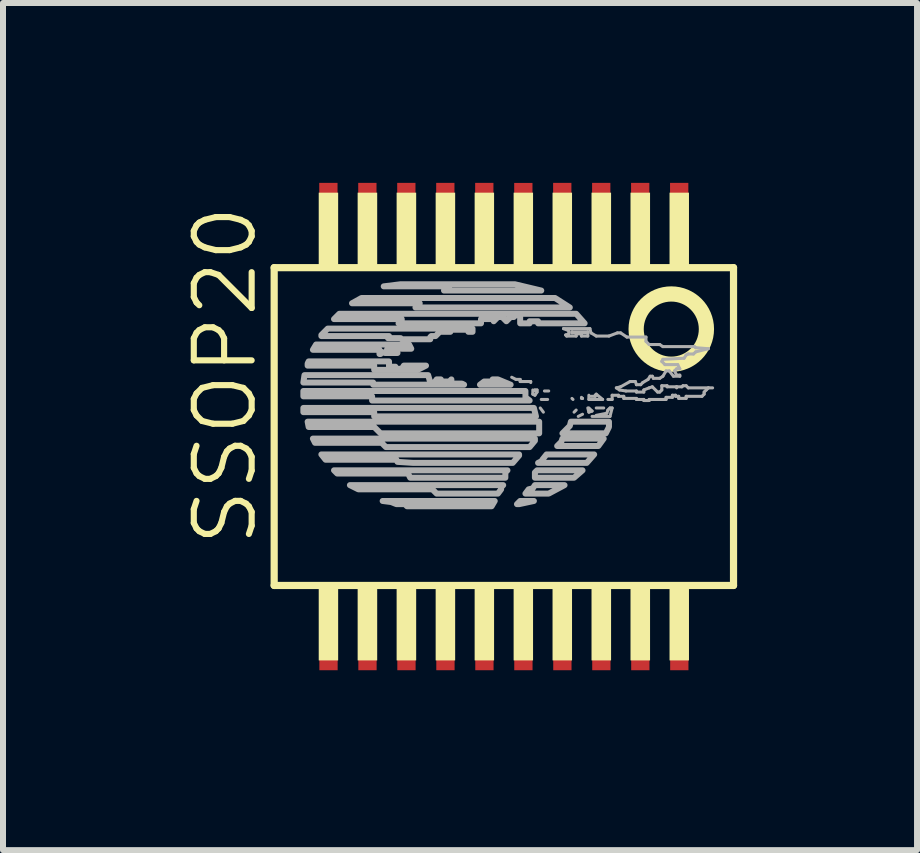
<source format=kicad_pcb>
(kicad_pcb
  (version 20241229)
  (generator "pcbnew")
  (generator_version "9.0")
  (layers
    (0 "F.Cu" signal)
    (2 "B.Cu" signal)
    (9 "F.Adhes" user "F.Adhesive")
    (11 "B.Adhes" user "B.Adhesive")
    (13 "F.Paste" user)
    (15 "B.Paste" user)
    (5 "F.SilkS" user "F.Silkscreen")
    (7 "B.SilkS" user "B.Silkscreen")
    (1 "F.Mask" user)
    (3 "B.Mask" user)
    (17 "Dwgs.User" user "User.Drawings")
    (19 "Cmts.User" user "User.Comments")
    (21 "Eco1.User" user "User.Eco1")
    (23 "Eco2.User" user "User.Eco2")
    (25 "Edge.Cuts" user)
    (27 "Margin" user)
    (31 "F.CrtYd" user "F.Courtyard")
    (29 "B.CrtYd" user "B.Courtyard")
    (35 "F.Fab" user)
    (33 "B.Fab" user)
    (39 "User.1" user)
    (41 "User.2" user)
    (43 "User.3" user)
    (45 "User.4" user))
  (footprint "SSOP20"
    (layer "F.Cu")
    (at 5.352 4.063)
    (property "Reference" "SSOP20" (at -4.082 2.042 90) (layer "F.SilkS") (effects (font (size 0.965 0.965) (thickness 0.102)) (justify left bottom)))
    (attr through_hole)
    (fp_line (start -3.83 -2.65) (end -3.83 2.65) (stroke (width 0.12) (type solid)) (layer "F.SilkS"))
    (fp_line (start -3.83 -2.65) (end 3.83 -2.65) (stroke (width 0.12) (type solid)) (layer "F.SilkS"))
    (fp_line (start -3.83 2.65) (end 3.83 2.65) (stroke (width 0.12) (type solid)) (layer "F.SilkS"))
    (fp_line (start 3.83 2.65) (end 3.83 -2.65) (stroke (width 0.12) (type solid)) (layer "F.SilkS"))
    (fp_circle (center 2.792 -1.625) (end 3.378 -1.625) (stroke (width 0.254) (type solid)) (fill no) (layer "F.SilkS"))
    (fp_poly (pts (xy -3.087 -2.6) (xy -2.763 -2.6) (xy -2.763 -3.9) (xy -3.087 -3.9)) (stroke (width 0) (type solid)) (fill yes) (layer "F.SilkS"))
    (fp_poly (pts (xy -3.087 3.9) (xy -2.763 3.9) (xy -2.763 2.6) (xy -3.087 2.6)) (stroke (width 0) (type solid)) (fill yes) (layer "F.SilkS"))
    (fp_poly (pts (xy -2.438 -2.6) (xy -2.112 -2.6) (xy -2.112 -3.9) (xy -2.438 -3.9)) (stroke (width 0) (type solid)) (fill yes) (layer "F.SilkS"))
    (fp_poly (pts (xy -2.438 3.9) (xy -2.112 3.9) (xy -2.112 2.6) (xy -2.438 2.6)) (stroke (width 0) (type solid)) (fill yes) (layer "F.SilkS"))
    (fp_poly (pts (xy -1.788 -2.6) (xy -1.462 -2.6) (xy -1.462 -3.9) (xy -1.788 -3.9)) (stroke (width 0) (type solid)) (fill yes) (layer "F.SilkS"))
    (fp_poly (pts (xy -1.788 3.9) (xy -1.462 3.9) (xy -1.462 2.6) (xy -1.788 2.6)) (stroke (width 0) (type solid)) (fill yes) (layer "F.SilkS"))
    (fp_poly (pts (xy -1.137 -2.6) (xy -0.812 -2.6) (xy -0.812 -3.9) (xy -1.137 -3.9)) (stroke (width 0) (type solid)) (fill yes) (layer "F.SilkS"))
    (fp_poly (pts (xy -1.137 3.9) (xy -0.812 3.9) (xy -0.812 2.6) (xy -1.137 2.6)) (stroke (width 0) (type solid)) (fill yes) (layer "F.SilkS"))
    (fp_poly (pts (xy -0.487 -2.6) (xy -0.163 -2.6) (xy -0.163 -3.9) (xy -0.487 -3.9)) (stroke (width 0) (type solid)) (fill yes) (layer "F.SilkS"))
    (fp_poly (pts (xy -0.487 3.9) (xy -0.163 3.9) (xy -0.163 2.6) (xy -0.487 2.6)) (stroke (width 0) (type solid)) (fill yes) (layer "F.SilkS"))
    (fp_poly (pts (xy 0.163 -2.6) (xy 0.487 -2.6) (xy 0.487 -3.9) (xy 0.163 -3.9)) (stroke (width 0) (type solid)) (fill yes) (layer "F.SilkS"))
    (fp_poly (pts (xy 0.163 3.9) (xy 0.487 3.9) (xy 0.487 2.6) (xy 0.163 2.6)) (stroke (width 0) (type solid)) (fill yes) (layer "F.SilkS"))
    (fp_poly (pts (xy 0.812 -2.6) (xy 1.137 -2.6) (xy 1.137 -3.9) (xy 0.812 -3.9)) (stroke (width 0) (type solid)) (fill yes) (layer "F.SilkS"))
    (fp_poly (pts (xy 0.812 3.9) (xy 1.137 3.9) (xy 1.137 2.6) (xy 0.812 2.6)) (stroke (width 0) (type solid)) (fill yes) (layer "F.SilkS"))
    (fp_poly (pts (xy 1.462 -2.6) (xy 1.788 -2.6) (xy 1.788 -3.9) (xy 1.462 -3.9)) (stroke (width 0) (type solid)) (fill yes) (layer "F.SilkS"))
    (fp_poly (pts (xy 1.462 3.9) (xy 1.788 3.9) (xy 1.788 2.6) (xy 1.462 2.6)) (stroke (width 0) (type solid)) (fill yes) (layer "F.SilkS"))
    (fp_poly (pts (xy 2.112 -2.6) (xy 2.438 -2.6) (xy 2.438 -3.9) (xy 2.112 -3.9)) (stroke (width 0) (type solid)) (fill yes) (layer "F.SilkS"))
    (fp_poly (pts (xy 2.112 3.9) (xy 2.438 3.9) (xy 2.438 2.6) (xy 2.112 2.6)) (stroke (width 0) (type solid)) (fill yes) (layer "F.SilkS"))
    (fp_poly (pts (xy 2.763 -2.6) (xy 3.087 -2.6) (xy 3.087 -3.9) (xy 2.763 -3.9)) (stroke (width 0) (type solid)) (fill yes) (layer "F.SilkS"))
    (fp_poly (pts (xy 2.763 3.9) (xy 3.087 3.9) (xy 3.087 2.6) (xy 2.763 2.6)) (stroke (width 0) (type solid)) (fill yes) (layer "F.SilkS"))
    (fp_line (start 0.201 -0.786) (end 0.131 -0.822) (stroke (width 0.051) (type solid)) (layer "F.Fab"))
    (fp_line (start 0.272 -0.786) (end 0.201 -0.786) (stroke (width 0.051) (type solid)) (layer "F.Fab"))
    (fp_line (start 0.272 -0.751) (end 0.272 -0.786) (stroke (width 0.051) (type solid)) (layer "F.Fab"))
    (fp_line (start 0.448 -0.751) (end 0.272 -0.751) (stroke (width 0.051) (type solid)) (layer "F.Fab"))
    (fp_line (start 0.448 -0.734) (end 0.448 -0.751) (stroke (width 0.051) (type solid)) (layer "F.Fab"))
    (fp_line (start 0.483 -0.61) (end 0.483 -0.54) (stroke (width 0.051) (type solid)) (layer "F.Fab"))
    (fp_line (start 0.483 -0.54) (end 0.518 -0.522) (stroke (width 0.051) (type solid)) (layer "F.Fab"))
    (fp_line (start 0.518 -0.61) (end 0.518 -0.593) (stroke (width 0.051) (type solid)) (layer "F.Fab"))
    (fp_line (start 0.518 -0.522) (end 0.554 -0.575) (stroke (width 0.051) (type solid)) (layer "F.Fab"))
    (fp_line (start 0.554 -0.61) (end 0.518 -0.61) (stroke (width 0.051) (type solid)) (layer "F.Fab"))
    (fp_line (start 0.554 -0.575) (end 0.554 -0.61) (stroke (width 0.051) (type solid)) (layer "F.Fab"))
    (fp_line (start 0.607 -0.31) (end 0.659 -0.24) (stroke (width 0.051) (type solid)) (layer "F.Fab"))
    (fp_line (start 0.624 -0.452) (end 0.73 -0.452) (stroke (width 0.051) (type solid)) (layer "F.Fab"))
    (fp_line (start 0.677 -0.593) (end 0.748 -0.593) (stroke (width 0.051) (type solid)) (layer "F.Fab"))
    (fp_line (start 0.995 -1.633) (end 1.083 -1.598) (stroke (width 0.051) (type solid)) (layer "F.Fab"))
    (fp_line (start 1.03 -1.527) (end 1.047 -1.509) (stroke (width 0.051) (type solid)) (layer "F.Fab"))
    (fp_line (start 1.047 -1.509) (end 1.206 -1.509) (stroke (width 0.051) (type solid)) (layer "F.Fab"))
    (fp_line (start 1.083 -1.598) (end 1.083 -1.545) (stroke (width 0.051) (type solid)) (layer "F.Fab"))
    (fp_line (start 1.083 -1.545) (end 1.03 -1.527) (stroke (width 0.051) (type solid)) (layer "F.Fab"))
    (fp_line (start 1.136 -1.58) (end 1.136 -1.562) (stroke (width 0.051) (type solid)) (layer "F.Fab"))
    (fp_line (start 1.136 -1.562) (end 1.365 -1.562) (stroke (width 0.051) (type solid)) (layer "F.Fab"))
    (fp_line (start 1.136 -0.469) (end 1.153 -0.452) (stroke (width 0.051) (type solid)) (layer "F.Fab"))
    (fp_line (start 1.206 -1.545) (end 1.294 -1.545) (stroke (width 0.051) (type solid)) (layer "F.Fab"))
    (fp_line (start 1.206 -1.509) (end 1.206 -1.545) (stroke (width 0.051) (type solid)) (layer "F.Fab"))
    (fp_line (start 1.206 -0.275) (end 1.171 -0.24) (stroke (width 0.051) (type solid)) (layer "F.Fab"))
    (fp_line (start 1.241 -0.169) (end 1.312 -0.205) (stroke (width 0.051) (type solid)) (layer "F.Fab"))
    (fp_line (start 1.294 -1.545) (end 1.294 -1.509) (stroke (width 0.051) (type solid)) (layer "F.Fab"))
    (fp_line (start 1.294 -1.509) (end 1.4 -1.509) (stroke (width 0.051) (type solid)) (layer "F.Fab"))
    (fp_line (start 1.294 -0.487) (end 1.312 -0.469) (stroke (width 0.051) (type solid)) (layer "F.Fab"))
    (fp_line (start 1.312 -0.469) (end 1.294 -0.469) (stroke (width 0.051) (type solid)) (layer "F.Fab"))
    (fp_line (start 1.4 -1.58) (end 1.136 -1.58) (stroke (width 0.051) (type solid)) (layer "F.Fab"))
    (fp_line (start 1.4 -1.509) (end 1.4 -1.58) (stroke (width 0.051) (type solid)) (layer "F.Fab"))
    (fp_line (start 1.4 -0.31) (end 1.418 -0.24) (stroke (width 0.051) (type solid)) (layer "F.Fab"))
    (fp_line (start 1.418 -0.522) (end 1.418 -0.452) (stroke (width 0.051) (type solid)) (layer "F.Fab"))
    (fp_line (start 1.418 -0.452) (end 1.647 -0.452) (stroke (width 0.051) (type solid)) (layer "F.Fab"))
    (fp_line (start 1.418 -0.24) (end 1.471 -0.258) (stroke (width 0.051) (type solid)) (layer "F.Fab"))
    (fp_line (start 1.435 -1.633) (end 0.995 -1.633) (stroke (width 0.051) (type solid)) (layer "F.Fab"))
    (fp_line (start 1.453 -1.562) (end 1.435 -1.633) (stroke (width 0.051) (type solid)) (layer "F.Fab"))
    (fp_line (start 1.471 -0.258) (end 1.418 -0.31) (stroke (width 0.051) (type solid)) (layer "F.Fab"))
    (fp_line (start 1.471 -0.169) (end 1.77 -0.169) (stroke (width 0.051) (type solid)) (layer "F.Fab"))
    (fp_line (start 1.524 -0.522) (end 1.524 -0.504) (stroke (width 0.051) (type solid)) (layer "F.Fab"))
    (fp_line (start 1.524 -0.504) (end 1.453 -0.504) (stroke (width 0.051) (type solid)) (layer "F.Fab"))
    (fp_line (start 1.541 -1.509) (end 1.453 -1.562) (stroke (width 0.051) (type solid)) (layer "F.Fab"))
    (fp_line (start 1.541 -0.54) (end 1.524 -0.522) (stroke (width 0.051) (type solid)) (layer "F.Fab"))
    (fp_line (start 1.541 -0.31) (end 1.665 -0.31) (stroke (width 0.051) (type solid)) (layer "F.Fab"))
    (fp_line (start 1.647 -0.452) (end 1.541 -0.54) (stroke (width 0.051) (type solid)) (layer "F.Fab"))
    (fp_line (start 1.717 -0.222) (end 1.541 -0.187) (stroke (width 0.051) (type solid)) (layer "F.Fab"))
    (fp_line (start 1.735 -0.452) (end 1.806 -0.452) (stroke (width 0.051) (type solid)) (layer "F.Fab"))
    (fp_line (start 1.735 -0.275) (end 1.717 -0.222) (stroke (width 0.051) (type solid)) (layer "F.Fab"))
    (fp_line (start 1.753 -1.509) (end 1.541 -1.509) (stroke (width 0.051) (type solid)) (layer "F.Fab"))
    (fp_line (start 1.77 -0.31) (end 1.735 -0.275) (stroke (width 0.051) (type solid)) (layer "F.Fab"))
    (fp_line (start 1.77 -0.169) (end 1.806 -0.31) (stroke (width 0.051) (type solid)) (layer "F.Fab"))
    (fp_line (start 1.806 -0.522) (end 1.911 -0.522) (stroke (width 0.051) (type solid)) (layer "F.Fab"))
    (fp_line (start 1.806 -0.452) (end 1.806 -0.522) (stroke (width 0.051) (type solid)) (layer "F.Fab"))
    (fp_line (start 1.806 -0.31) (end 1.77 -0.31) (stroke (width 0.051) (type solid)) (layer "F.Fab"))
    (fp_line (start 1.876 -0.645) (end 1.947 -0.663) (stroke (width 0.051) (type solid)) (layer "F.Fab"))
    (fp_line (start 1.894 -1.562) (end 1.753 -1.509) (stroke (width 0.051) (type solid)) (layer "F.Fab"))
    (fp_line (start 1.911 -0.522) (end 1.911 -0.504) (stroke (width 0.051) (type solid)) (layer "F.Fab"))
    (fp_line (start 1.911 -0.504) (end 2 -0.504) (stroke (width 0.051) (type solid)) (layer "F.Fab"))
    (fp_line (start 1.929 -0.61) (end 1.876 -0.645) (stroke (width 0.051) (type solid)) (layer "F.Fab"))
    (fp_line (start 1.947 -1.562) (end 1.894 -1.562) (stroke (width 0.051) (type solid)) (layer "F.Fab"))
    (fp_line (start 1.947 -0.663) (end 2.105 -0.751) (stroke (width 0.051) (type solid)) (layer "F.Fab"))
    (fp_line (start 2 -0.504) (end 2 -0.469) (stroke (width 0.051) (type solid)) (layer "F.Fab"))
    (fp_line (start 2 -0.469) (end 2.211 -0.469) (stroke (width 0.051) (type solid)) (layer "F.Fab"))
    (fp_line (start 2.035 -0.593) (end 1.929 -0.61) (stroke (width 0.051) (type solid)) (layer "F.Fab"))
    (fp_line (start 2.052 -1.492) (end 1.947 -1.562) (stroke (width 0.051) (type solid)) (layer "F.Fab"))
    (fp_line (start 2.105 -0.751) (end 2.193 -0.751) (stroke (width 0.051) (type solid)) (layer "F.Fab"))
    (fp_line (start 2.193 -0.751) (end 2.211 -0.698) (stroke (width 0.051) (type solid)) (layer "F.Fab"))
    (fp_line (start 2.211 -0.698) (end 2.282 -0.698) (stroke (width 0.051) (type solid)) (layer "F.Fab"))
    (fp_line (start 2.211 -0.593) (end 2.035 -0.593) (stroke (width 0.051) (type solid)) (layer "F.Fab"))
    (fp_line (start 2.211 -0.575) (end 2.211 -0.593) (stroke (width 0.051) (type solid)) (layer "F.Fab"))
    (fp_line (start 2.211 -0.469) (end 2.211 -0.452) (stroke (width 0.051) (type solid)) (layer "F.Fab"))
    (fp_line (start 2.211 -0.452) (end 2.334 -0.452) (stroke (width 0.051) (type solid)) (layer "F.Fab"))
    (fp_line (start 2.282 -0.698) (end 2.317 -0.734) (stroke (width 0.051) (type solid)) (layer "F.Fab"))
    (fp_line (start 2.317 -0.734) (end 2.405 -0.786) (stroke (width 0.051) (type solid)) (layer "F.Fab"))
    (fp_line (start 2.334 -0.61) (end 2.334 -0.575) (stroke (width 0.051) (type solid)) (layer "F.Fab"))
    (fp_line (start 2.334 -0.575) (end 2.211 -0.575) (stroke (width 0.051) (type solid)) (layer "F.Fab"))
    (fp_line (start 2.334 -0.452) (end 2.334 -0.434) (stroke (width 0.051) (type solid)) (layer "F.Fab"))
    (fp_line (start 2.334 -0.434) (end 2.423 -0.434) (stroke (width 0.051) (type solid)) (layer "F.Fab"))
    (fp_line (start 2.37 -1.492) (end 2.052 -1.492) (stroke (width 0.051) (type solid)) (layer "F.Fab"))
    (fp_line (start 2.37 -1.421) (end 2.37 -1.492) (stroke (width 0.051) (type solid)) (layer "F.Fab"))
    (fp_line (start 2.405 -0.786) (end 2.44 -0.839) (stroke (width 0.051) (type solid)) (layer "F.Fab"))
    (fp_line (start 2.423 -1.368) (end 2.37 -1.421) (stroke (width 0.051) (type solid)) (layer "F.Fab"))
    (fp_line (start 2.423 -0.645) (end 2.334 -0.61) (stroke (width 0.051) (type solid)) (layer "F.Fab"))
    (fp_line (start 2.423 -0.452) (end 2.705 -0.452) (stroke (width 0.051) (type solid)) (layer "F.Fab"))
    (fp_line (start 2.423 -0.434) (end 2.423 -0.452) (stroke (width 0.051) (type solid)) (layer "F.Fab"))
    (fp_line (start 2.44 -0.839) (end 2.476 -0.839) (stroke (width 0.051) (type solid)) (layer "F.Fab"))
    (fp_line (start 2.476 -0.839) (end 2.493 -0.804) (stroke (width 0.051) (type solid)) (layer "F.Fab"))
    (fp_line (start 2.476 -0.663) (end 2.423 -0.645) (stroke (width 0.051) (type solid)) (layer "F.Fab"))
    (fp_line (start 2.493 -0.804) (end 2.599 -0.804) (stroke (width 0.051) (type solid)) (layer "F.Fab"))
    (fp_line (start 2.564 -0.575) (end 2.476 -0.663) (stroke (width 0.051) (type solid)) (layer "F.Fab"))
    (fp_line (start 2.599 -1.368) (end 2.423 -1.368) (stroke (width 0.051) (type solid)) (layer "F.Fab"))
    (fp_line (start 2.599 -0.804) (end 2.652 -0.839) (stroke (width 0.051) (type solid)) (layer "F.Fab"))
    (fp_line (start 2.599 -0.575) (end 2.564 -0.575) (stroke (width 0.051) (type solid)) (layer "F.Fab"))
    (fp_line (start 2.634 -1.086) (end 2.652 -1.121) (stroke (width 0.051) (type solid)) (layer "F.Fab"))
    (fp_line (start 2.634 -0.681) (end 2.634 -0.61) (stroke (width 0.051) (type solid)) (layer "F.Fab"))
    (fp_line (start 2.634 -0.61) (end 2.599 -0.575) (stroke (width 0.051) (type solid)) (layer "F.Fab"))
    (fp_line (start 2.652 -1.333) (end 2.599 -1.368) (stroke (width 0.051) (type solid)) (layer "F.Fab"))
    (fp_line (start 2.652 -1.121) (end 3.005 -1.139) (stroke (width 0.051) (type solid)) (layer "F.Fab"))
    (fp_line (start 2.652 -0.839) (end 2.705 -0.928) (stroke (width 0.051) (type solid)) (layer "F.Fab"))
    (fp_line (start 2.687 -1.033) (end 2.634 -1.086) (stroke (width 0.051) (type solid)) (layer "F.Fab"))
    (fp_line (start 2.705 -0.928) (end 2.758 -0.928) (stroke (width 0.051) (type solid)) (layer "F.Fab"))
    (fp_line (start 2.705 -0.487) (end 2.811 -0.487) (stroke (width 0.051) (type solid)) (layer "F.Fab"))
    (fp_line (start 2.705 -0.452) (end 2.705 -0.487) (stroke (width 0.051) (type solid)) (layer "F.Fab"))
    (fp_line (start 2.722 -0.681) (end 2.634 -0.681) (stroke (width 0.051) (type solid)) (layer "F.Fab"))
    (fp_line (start 2.722 -0.663) (end 2.722 -0.681) (stroke (width 0.051) (type solid)) (layer "F.Fab"))
    (fp_line (start 2.758 -0.928) (end 2.828 -0.839) (stroke (width 0.051) (type solid)) (layer "F.Fab"))
    (fp_line (start 2.811 -0.522) (end 2.864 -0.522) (stroke (width 0.051) (type solid)) (layer "F.Fab"))
    (fp_line (start 2.811 -0.487) (end 2.811 -0.522) (stroke (width 0.051) (type solid)) (layer "F.Fab"))
    (fp_line (start 2.828 -0.839) (end 2.934 -0.839) (stroke (width 0.051) (type solid)) (layer "F.Fab"))
    (fp_line (start 2.846 -0.928) (end 2.881 -0.963) (stroke (width 0.051) (type solid)) (layer "F.Fab"))
    (fp_line (start 2.864 -0.522) (end 2.864 -0.504) (stroke (width 0.051) (type solid)) (layer "F.Fab"))
    (fp_line (start 2.864 -0.504) (end 2.916 -0.504) (stroke (width 0.051) (type solid)) (layer "F.Fab"))
    (fp_line (start 2.881 -0.963) (end 2.934 -0.963) (stroke (width 0.051) (type solid)) (layer "F.Fab"))
    (fp_line (start 2.881 -0.857) (end 2.846 -0.928) (stroke (width 0.051) (type solid)) (layer "F.Fab"))
    (fp_line (start 2.881 -0.663) (end 2.722 -0.663) (stroke (width 0.051) (type solid)) (layer "F.Fab"))
    (fp_line (start 2.881 -0.645) (end 2.881 -0.663) (stroke (width 0.051) (type solid)) (layer "F.Fab"))
    (fp_line (start 2.899 -1.033) (end 2.687 -1.033) (stroke (width 0.051) (type solid)) (layer "F.Fab"))
    (fp_line (start 2.916 -0.504) (end 2.916 -0.469) (stroke (width 0.051) (type solid)) (layer "F.Fab"))
    (fp_line (start 2.916 -0.469) (end 3.04 -0.469) (stroke (width 0.051) (type solid)) (layer "F.Fab"))
    (fp_line (start 2.934 -0.963) (end 2.899 -1.033) (stroke (width 0.051) (type solid)) (layer "F.Fab"))
    (fp_line (start 2.934 -0.857) (end 2.881 -0.857) (stroke (width 0.051) (type solid)) (layer "F.Fab"))
    (fp_line (start 2.934 -0.839) (end 2.934 -0.857) (stroke (width 0.051) (type solid)) (layer "F.Fab"))
    (fp_line (start 2.969 -0.663) (end 2.881 -0.663) (stroke (width 0.051) (type solid)) (layer "F.Fab"))
    (fp_line (start 2.987 -0.681) (end 2.969 -0.663) (stroke (width 0.051) (type solid)) (layer "F.Fab"))
    (fp_line (start 3.005 -1.139) (end 3.04 -1.192) (stroke (width 0.051) (type solid)) (layer "F.Fab"))
    (fp_line (start 3.04 -1.192) (end 3.075 -1.21) (stroke (width 0.051) (type solid)) (layer "F.Fab"))
    (fp_line (start 3.04 -0.681) (end 2.987 -0.681) (stroke (width 0.051) (type solid)) (layer "F.Fab"))
    (fp_line (start 3.04 -0.504) (end 3.304 -0.504) (stroke (width 0.051) (type solid)) (layer "F.Fab"))
    (fp_line (start 3.04 -0.469) (end 3.04 -0.504) (stroke (width 0.051) (type solid)) (layer "F.Fab"))
    (fp_line (start 3.075 -1.21) (end 3.163 -1.21) (stroke (width 0.051) (type solid)) (layer "F.Fab"))
    (fp_line (start 3.075 -0.645) (end 3.04 -0.681) (stroke (width 0.051) (type solid)) (layer "F.Fab"))
    (fp_line (start 3.163 -1.21) (end 3.199 -1.245) (stroke (width 0.051) (type solid)) (layer "F.Fab"))
    (fp_line (start 3.181 -1.333) (end 2.652 -1.333) (stroke (width 0.051) (type solid)) (layer "F.Fab"))
    (fp_line (start 3.199 -1.315) (end 3.181 -1.333) (stroke (width 0.051) (type solid)) (layer "F.Fab"))
    (fp_line (start 3.199 -1.245) (end 3.41 -1.298) (stroke (width 0.051) (type solid)) (layer "F.Fab"))
    (fp_line (start 3.304 -0.504) (end 3.34 -0.54) (stroke (width 0.051) (type solid)) (layer "F.Fab"))
    (fp_line (start 3.34 -0.575) (end 3.375 -0.61) (stroke (width 0.051) (type solid)) (layer "F.Fab"))
    (fp_line (start 3.34 -0.54) (end 3.34 -0.575) (stroke (width 0.051) (type solid)) (layer "F.Fab"))
    (fp_line (start 3.375 -0.61) (end 3.41 -0.645) (stroke (width 0.051) (type solid)) (layer "F.Fab"))
    (fp_line (start 3.41 -1.298) (end 3.199 -1.315) (stroke (width 0.051) (type solid)) (layer "F.Fab"))
    (fp_line (start 3.41 -0.645) (end 3.075 -0.645) (stroke (width 0.051) (type solid)) (layer "F.Fab"))
    (fp_line (start 3.41 -0.645) (end 3.481 -0.645) (stroke (width 0.051) (type solid)) (layer "F.Fab"))
    (fp_poly (pts (xy 0.219 1.294) (xy 0.254 1.294) (xy 0.501 1.241) (xy 0.272 1.241)) (stroke (width 0.1) (type solid)) (fill no) (layer "F.Fab"))
    (fp_poly (pts (xy 0.518 0.853) (xy 1.171 0.853) (xy 1.312 0.73) (xy 0.554 0.73) (xy 0.518 0.765)) (stroke (width 0.1) (type solid)) (fill no) (layer "F.Fab"))
    (fp_poly (pts (xy 0.889 0.324) (xy 1.576 0.324) (xy 1.665 0.201) (xy 0.977 0.201) (xy 0.959 0.254)) (stroke (width 0.1) (type solid)) (fill no) (layer "F.Fab"))
    (fp_poly (pts (xy -3.343 -0.31) (xy 0.501 -0.31) (xy 0.536 -0.169) (xy -2.162 -0.169) (xy -2.162 -0.24) (xy -3.343 -0.24)) (stroke (width 0.1) (type solid)) (fill no) (layer "F.Fab"))
    (fp_poly (pts (xy 0.36 1.118) (xy 0.748 1.118) (xy 1.012 0.977) (xy 0.518 0.977) (xy 0.483 1.03) (xy 0.413 1.047)) (stroke (width 0.1) (type solid)) (fill no) (layer "F.Fab"))
    (fp_poly (pts (xy 0.571 0.606) (xy 1.382 0.606) (xy 1.506 0.465) (xy 0.712 0.465) (xy 0.642 0.553) (xy 0.642 0.571)) (stroke (width 0.1) (type solid)) (fill no) (layer "F.Fab"))
    (fp_poly (pts (xy 0.624 -2.268) (xy 0.183 -2.373) (xy -1.721 -2.373) (xy -2.003 -2.338) (xy -0.91 -2.338) (xy -0.998 -2.268)) (stroke (width 0.1) (type solid)) (fill no) (layer "F.Fab"))
    (fp_poly (pts (xy 0.977 0.113) (xy 1.7 0.113) (xy 1.753 0.007) (xy 1.753 -0.081) (xy 1.118 -0.081) (xy 1.1 -0.011)) (stroke (width 0.1) (type solid)) (fill no) (layer "F.Fab"))
    (fp_poly (pts (xy 1.1 -1.986) (xy 0.853 -2.144) (xy -2.373 -2.144) (xy -2.532 -2.056) (xy -1.403 -2.056) (xy -1.474 -1.986)) (stroke (width 0.1) (type solid)) (fill no) (layer "F.Fab"))
    (fp_poly (pts (xy -3.343 -0.504) (xy -3.343 -0.593) (xy 0.36 -0.593) (xy 0.36 -0.487) (xy 0.43 -0.434) (xy -2.197 -0.434) (xy -2.197 -0.504)) (stroke (width 0.1) (type solid)) (fill no) (layer "F.Fab"))
    (fp_poly (pts (xy -3.272 -0.081) (xy 0.589 -0.081) (xy 0.589 0.113) (xy -2.056 0.113) (xy -2.144 0.025) (xy -2.162 0.007) (xy -3.255 0.007)) (stroke (width 0.1) (type solid)) (fill no) (layer "F.Fab"))
    (fp_poly (pts (xy -3.184 0.201) (xy 0.518 0.201) (xy 0.518 0.236) (xy 0.43 0.342) (xy -1.968 0.342) (xy -2.038 0.271) (xy -3.149 0.271)) (stroke (width 0.1) (type solid)) (fill no) (layer "F.Fab"))
    (fp_poly (pts (xy -2.832 0.73) (xy 0.06 0.73) (xy 0.025 0.765) (xy 0.025 0.853) (xy -1.562 0.853) (xy -1.597 0.783) (xy -2.779 0.783)) (stroke (width 0.1) (type solid)) (fill no) (layer "F.Fab"))
    (fp_poly (pts (xy -2.021 1.241) (xy -0.152 1.241) (xy -0.204 1.329) (xy -1.615 1.329) (xy -1.65 1.294) (xy -1.791 1.294) (xy -1.879 1.259)) (stroke (width 0.1) (type solid)) (fill no) (layer "F.Fab"))
    (fp_poly (pts (xy -3.043 0.465) (xy 0.254 0.465) (xy 0.254 0.483) (xy 0.148 0.606) (xy -1.509 0.606) (xy -1.774 0.589) (xy -1.791 0.553) (xy -2.973 0.553)) (stroke (width 0.1) (type solid)) (fill no) (layer "F.Fab"))
    (fp_poly (pts (xy -2.567 0.977) (xy -0.011 0.977) (xy -0.046 1.012) (xy -0.046 1.047) (xy -0.099 1.118) (xy -1.121 1.118) (xy -1.192 1.047) (xy -2.426 1.047)) (stroke (width 0.1) (type solid)) (fill no) (layer "F.Fab"))
    (fp_poly (pts (xy -1.298 -1.016) (xy -1.668 -1.016) (xy -1.703 -0.963) (xy -1.809 -0.963) (xy -1.809 -0.998) (xy -1.915 -0.998) (xy -1.915 -1.086) (xy -3.255 -1.086) (xy -3.272 -1.051) (xy -3.272 -1.016) (xy -2.162 -1.016) (xy -2.162 -0.945) (xy -1.439 -0.945)) (stroke (width 0.1) (type solid)) (fill no) (layer "F.Fab"))
    (fp_poly (pts (xy -1.544 -1.298) (xy -1.703 -1.298) (xy -1.738 -1.333) (xy -1.809 -1.333) (xy -1.932 -1.315) (xy -1.95 -1.28) (xy -1.95 -1.245) (xy -1.774 -1.245) (xy -1.774 -1.227) (xy -1.985 -1.227) (xy -2.038 -1.245) (xy -2.056 -1.21) (xy -2.074 -1.21) (xy -2.074 -1.28) (xy -3.184 -1.28) (xy -3.131 -1.368) (xy -1.58 -1.368)) (stroke (width 0.1) (type solid)) (fill no) (layer "F.Fab"))
    (fp_poly (pts (xy -0.522 -1.58) (xy -0.522 -1.633) (xy -2.937 -1.633) (xy -3.043 -1.527) (xy -3.043 -1.509) (xy -1.915 -1.509) (xy -1.932 -1.474) (xy -1.721 -1.474) (xy -1.703 -1.456) (xy -1.227 -1.456) (xy -1.227 -1.492) (xy -1.21 -1.509) (xy -1.139 -1.509) (xy -1.068 -1.58) (xy -0.892 -1.58) (xy -0.892 -1.598) (xy -0.875 -1.615) (xy -0.592 -1.615) (xy -0.592 -1.58)) (stroke (width 0.1) (type solid)) (fill no) (layer "F.Fab"))
    (fp_poly (pts (xy -3.325 -0.857) (xy -1.262 -0.857) (xy -1.227 -0.734) (xy -1.157 -0.734) (xy -1.121 -0.786) (xy -1.051 -0.786) (xy -1.033 -0.751) (xy -0.91 -0.751) (xy -0.875 -0.786) (xy -0.875 -0.716) (xy -0.698 -0.716) (xy -0.663 -0.698) (xy -0.398 -0.698) (xy -0.328 -0.751) (xy -0.187 -0.751) (xy -0.187 -0.786) (xy -0.099 -0.786) (xy 0.113 -0.698) (xy -2.179 -0.698) (xy -2.179 -0.734) (xy -3.343 -0.734)) (stroke (width 0.1) (type solid)) (fill no) (layer "F.Fab"))
    (fp_poly (pts (xy 1.347 -1.721) (xy 1.206 -1.88) (xy -2.744 -1.88) (xy -2.832 -1.792) (xy -1.703 -1.792) (xy -1.703 -1.774) (xy -1.756 -1.721) (xy -0.381 -1.721) (xy -0.381 -1.792) (xy -0.169 -1.792) (xy -0.169 -1.756) (xy -0.099 -1.827) (xy -0.028 -1.827) (xy 0.042 -1.756) (xy 0.113 -1.827) (xy 0.166 -1.827) (xy 0.201 -1.862) (xy 0.272 -1.862) (xy 0.272 -1.721) (xy 0.43 -1.721) (xy 0.43 -1.756) (xy 0.571 -1.756) (xy 0.571 -1.721)) (stroke (width 0.1) (type solid)) (fill no) (layer "F.Fab"))
    (pad "1" smd rect (at 2.924 -3.441) (size 0.305 1.245) (layers "F.Cu" "F.Mask" "F.Paste"))
    (pad "2" smd rect (at 2.274 -3.441) (size 0.305 1.245) (layers "F.Cu" "F.Mask" "F.Paste"))
    (pad "3" smd rect (at 1.624 -3.441) (size 0.305 1.245) (layers "F.Cu" "F.Mask" "F.Paste"))
    (pad "4" smd rect (at 0.974 -3.441) (size 0.305 1.245) (layers "F.Cu" "F.Mask" "F.Paste"))
    (pad "5" smd rect (at 0.325 -3.44) (size 0.305 1.245) (layers "F.Cu" "F.Mask" "F.Paste"))
    (pad "6" smd rect (at -0.326 -3.441) (size 0.305 1.245) (layers "F.Cu" "F.Mask" "F.Paste"))
    (pad "7" smd rect (at -0.976 -3.441) (size 0.305 1.245) (layers "F.Cu" "F.Mask" "F.Paste"))
    (pad "8" smd rect (at -1.626 -3.441) (size 0.305 1.245) (layers "F.Cu" "F.Mask" "F.Paste"))
    (pad "9" smd rect (at -2.276 -3.441) (size 0.305 1.245) (layers "F.Cu" "F.Mask" "F.Paste"))
    (pad "10" smd rect (at -2.926 -3.441) (size 0.305 1.245) (layers "F.Cu" "F.Mask" "F.Paste"))
    (pad "11" smd rect (at -2.924 3.441) (size 0.305 1.245) (layers "F.Cu" "F.Mask" "F.Paste"))
    (pad "12" smd rect (at -2.274 3.441) (size 0.305 1.245) (layers "F.Cu" "F.Mask" "F.Paste"))
    (pad "13" smd rect (at -1.624 3.441) (size 0.305 1.245) (layers "F.Cu" "F.Mask" "F.Paste"))
    (pad "14" smd rect (at -0.974 3.441) (size 0.305 1.245) (layers "F.Cu" "F.Mask" "F.Paste"))
    (pad "15" smd rect (at -0.324 3.441) (size 0.305 1.245) (layers "F.Cu" "F.Mask" "F.Paste"))
    (pad "16" smd rect (at 0.326 3.441) (size 0.305 1.245) (layers "F.Cu" "F.Mask" "F.Paste"))
    (pad "17" smd rect (at 0.976 3.441) (size 0.305 1.245) (layers "F.Cu" "F.Mask" "F.Paste"))
    (pad "18" smd rect (at 1.626 3.441) (size 0.305 1.245) (layers "F.Cu" "F.Mask" "F.Paste"))
    (pad "19" smd rect (at 2.276 3.441) (size 0.305 1.245) (layers "F.Cu" "F.Mask" "F.Paste"))
    (pad "20" smd rect (at 2.926 3.441) (size 0.305 1.245) (layers "F.Cu" "F.Mask" "F.Paste")))
  (gr_rect
    (start -3 -3)
    (end 12.242 11.126)
    (stroke (width 0.1) (type default))
    (fill no)
    (layer "Edge.Cuts")))
</source>
